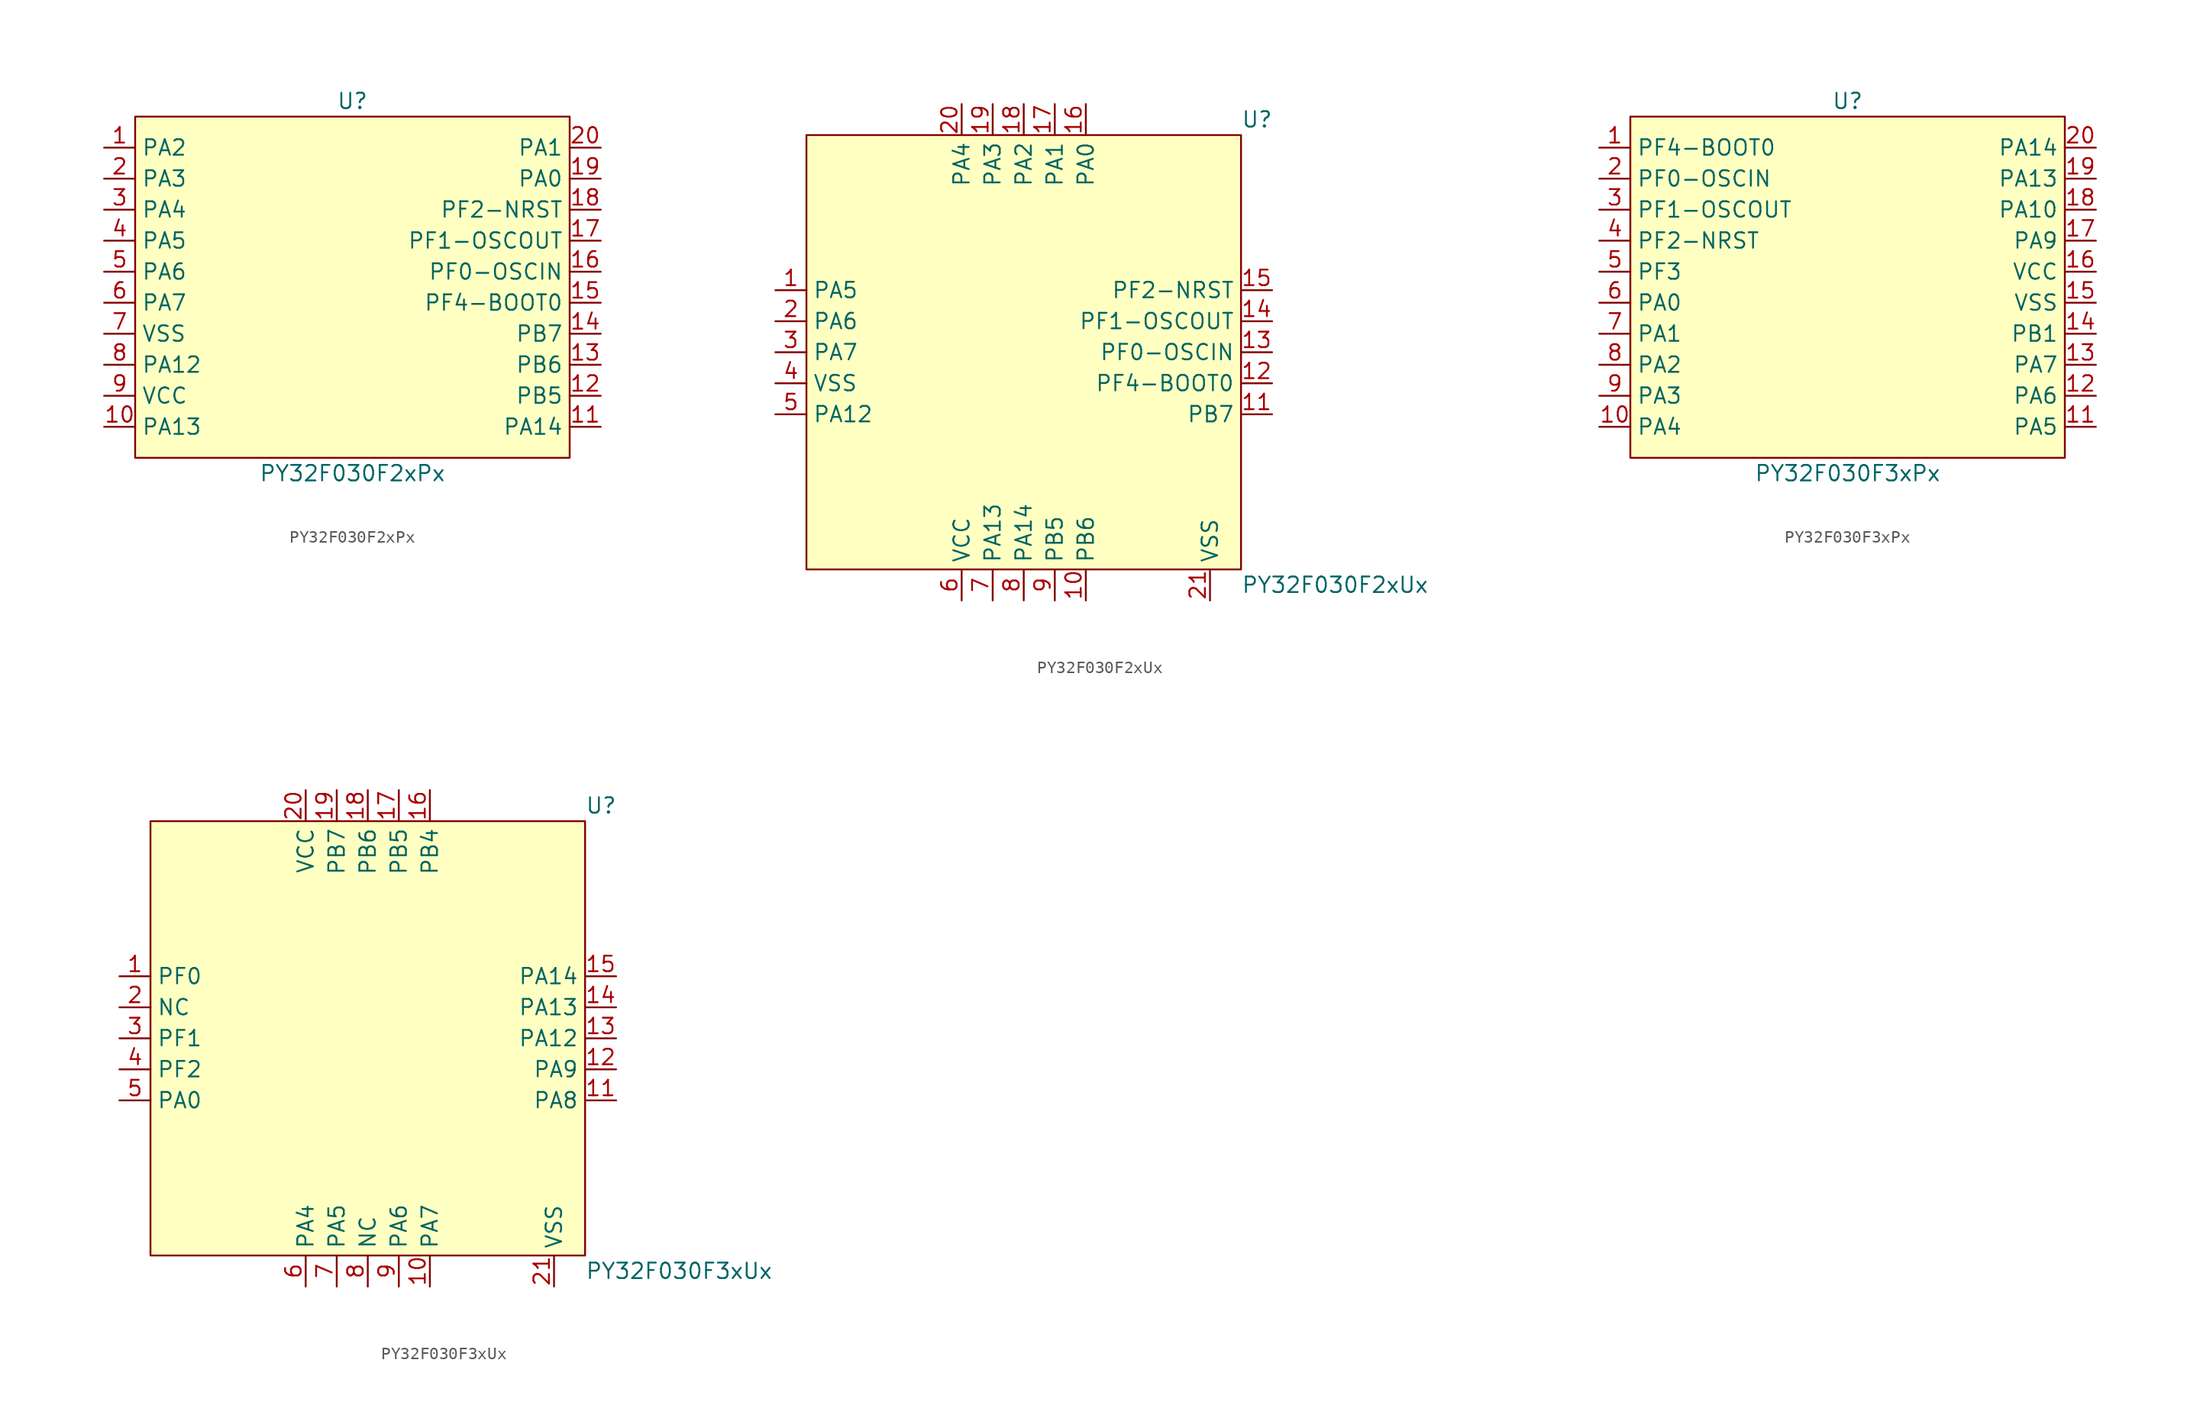
<source format=kicad_sym>
(kicad_symbol_lib
  (version 20241209)
  (generator "kicad_symbol_editor")
  (generator_version "9.0")
  (symbol "PY32F030F2xPx"
    (property "Reference" "U"
      (at 0 15.24 0)
      (effects (font (size 1.27 1.27))))
    (property "Value" "PY32F030F2xPx"
      (at 0 -15.24 0)
      (effects (font (size 1.27 1.27))))
    (symbol "PY32F030F2xPx_0_0"
      (pin unspecified line (at -20.32 11.43 0) (length 2.54) (name "PA2" (effects (font (size 1.27 1.27)))) (number "1" (effects (font (size 1.27 1.27)))))
      (pin unspecified line (at -20.32 8.89 0) (length 2.54) (name "PA3" (effects (font (size 1.27 1.27)))) (number "2" (effects (font (size 1.27 1.27)))))
      (pin unspecified line (at -20.32 6.35 0) (length 2.54) (name "PA4" (effects (font (size 1.27 1.27)))) (number "3" (effects (font (size 1.27 1.27)))))
      (pin unspecified line (at -20.32 3.81 0) (length 2.54) (name "PA5" (effects (font (size 1.27 1.27)))) (number "4" (effects (font (size 1.27 1.27)))))
      (pin unspecified line (at -20.32 1.27 0) (length 2.54) (name "PA6" (effects (font (size 1.27 1.27)))) (number "5" (effects (font (size 1.27 1.27)))))
      (pin unspecified line (at -20.32 -1.27 0) (length 2.54) (name "PA7" (effects (font (size 1.27 1.27)))) (number "6" (effects (font (size 1.27 1.27)))))
      (pin unspecified line (at -20.32 -3.81 0) (length 2.54) (name "VSS" (effects (font (size 1.27 1.27)))) (number "7" (effects (font (size 1.27 1.27)))))
      (pin unspecified line (at -20.32 -6.35 0) (length 2.54) (name "PA12" (effects (font (size 1.27 1.27)))) (number "8" (effects (font (size 1.27 1.27)))))
      (pin unspecified line (at -20.32 -8.89 0) (length 2.54) (name "VCC" (effects (font (size 1.27 1.27)))) (number "9" (effects (font (size 1.27 1.27)))))
      (pin unspecified line (at -20.32 -11.43 0) (length 2.54) (name "PA13" (effects (font (size 1.27 1.27)))) (number "10" (effects (font (size 1.27 1.27)))))
      (pin unspecified line (at 20.32 11.43 180) (length 2.54) (name "PA1" (effects (font (size 1.27 1.27)))) (number "20" (effects (font (size 1.27 1.27)))))
      (pin unspecified line (at 20.32 8.89 180) (length 2.54) (name "PA0" (effects (font (size 1.27 1.27)))) (number "19" (effects (font (size 1.27 1.27)))))
      (pin unspecified line (at 20.32 6.35 180) (length 2.54) (name "PF2-NRST" (effects (font (size 1.27 1.27)))) (number "18" (effects (font (size 1.27 1.27)))))
      (pin unspecified line (at 20.32 3.81 180) (length 2.54) (name "PF1-OSCOUT" (effects (font (size 1.27 1.27)))) (number "17" (effects (font (size 1.27 1.27)))))
      (pin unspecified line (at 20.32 1.27 180) (length 2.54) (name "PF0-OSCIN" (effects (font (size 1.27 1.27)))) (number "16" (effects (font (size 1.27 1.27)))))
      (pin unspecified line (at 20.32 -1.27 180) (length 2.54) (name "PF4-BOOT0" (effects (font (size 1.27 1.27)))) (number "15" (effects (font (size 1.27 1.27)))))
      (pin unspecified line (at 20.32 -3.81 180) (length 2.54) (name "PB7" (effects (font (size 1.27 1.27)))) (number "14" (effects (font (size 1.27 1.27)))))
      (pin unspecified line (at 20.32 -6.35 180) (length 2.54) (name "PB6" (effects (font (size 1.27 1.27)))) (number "13" (effects (font (size 1.27 1.27)))))
      (pin unspecified line (at 20.32 -8.89 180) (length 2.54) (name "PB5" (effects (font (size 1.27 1.27)))) (number "12" (effects (font (size 1.27 1.27)))))
      (pin unspecified line (at 20.32 -11.43 180) (length 2.54) (name "PA14" (effects (font (size 1.27 1.27)))) (number "11" (effects (font (size 1.27 1.27))))))
    (symbol "PY32F030F2xPx_1_1"
      (rectangle (start -17.78 13.97) (end 17.78 -13.97) (stroke (width 0) (type solid)) (fill (type background)))))
  (symbol "PY32F030F2xUx"
    (property "Reference" "U"
      (at 17.78 19.05 0)
      (effects (font (size 1.27 1.27)) (justify left)))
    (property "Value" "PY32F030F2xUx"
      (at 17.78 -19.05 0)
      (effects (font (size 1.27 1.27)) (justify left)))
    (symbol "PY32F030F2xUx_0_0"
      (pin unspecified line (at -20.32 5.08 0) (length 2.54) (name "PA5" (effects (font (size 1.27 1.27)))) (number "1" (effects (font (size 1.27 1.27)))))
      (pin unspecified line (at -20.32 2.54 0) (length 2.54) (name "PA6" (effects (font (size 1.27 1.27)))) (number "2" (effects (font (size 1.27 1.27)))))
      (pin unspecified line (at -20.32 0 0) (length 2.54) (name "PA7" (effects (font (size 1.27 1.27)))) (number "3" (effects (font (size 1.27 1.27)))))
      (pin unspecified line (at -20.32 -2.54 0) (length 2.54) (name "VSS" (effects (font (size 1.27 1.27)))) (number "4" (effects (font (size 1.27 1.27)))))
      (pin unspecified line (at -20.32 -5.08 0) (length 2.54) (name "PA12" (effects (font (size 1.27 1.27)))) (number "5" (effects (font (size 1.27 1.27)))))
      (pin unspecified line (at -5.08 20.32 270) (length 2.54) (name "PA4" (effects (font (size 1.27 1.27)))) (number "20" (effects (font (size 1.27 1.27)))))
      (pin unspecified line (at -5.08 -20.32 90) (length 2.54) (name "VCC" (effects (font (size 1.27 1.27)))) (number "6" (effects (font (size 1.27 1.27)))))
      (pin unspecified line (at -2.54 20.32 270) (length 2.54) (name "PA3" (effects (font (size 1.27 1.27)))) (number "19" (effects (font (size 1.27 1.27)))))
      (pin unspecified line (at -2.54 -20.32 90) (length 2.54) (name "PA13" (effects (font (size 1.27 1.27)))) (number "7" (effects (font (size 1.27 1.27)))))
      (pin unspecified line (at 0 20.32 270) (length 2.54) (name "PA2" (effects (font (size 1.27 1.27)))) (number "18" (effects (font (size 1.27 1.27)))))
      (pin unspecified line (at 2.54 20.32 270) (length 2.54) (name "PA1" (effects (font (size 1.27 1.27)))) (number "17" (effects (font (size 1.27 1.27)))))
      (pin unspecified line (at 2.54 -20.32 90) (length 2.54) (name "PB5" (effects (font (size 1.27 1.27)))) (number "9" (effects (font (size 1.27 1.27)))))
      (pin unspecified line (at 5.08 20.32 270) (length 2.54) (name "PA0" (effects (font (size 1.27 1.27)))) (number "16" (effects (font (size 1.27 1.27)))))
      (pin unspecified line (at 5.08 -20.32 90) (length 2.54) (name "PB6" (effects (font (size 1.27 1.27)))) (number "10" (effects (font (size 1.27 1.27)))))
      (pin unspecified line (at 20.32 5.08 180) (length 2.54) (name "PF2-NRST" (effects (font (size 1.27 1.27)))) (number "15" (effects (font (size 1.27 1.27)))))
      (pin unspecified line (at 20.32 2.54 180) (length 2.54) (name "PF1-OSCOUT" (effects (font (size 1.27 1.27)))) (number "14" (effects (font (size 1.27 1.27)))))
      (pin unspecified line (at 20.32 0 180) (length 2.54) (name "PF0-OSCIN" (effects (font (size 1.27 1.27)))) (number "13" (effects (font (size 1.27 1.27)))))
      (pin unspecified line (at 20.32 -2.54 180) (length 2.54) (name "PF4-BOOT0" (effects (font (size 1.27 1.27)))) (number "12" (effects (font (size 1.27 1.27)))))
      (pin unspecified line (at 20.32 -5.08 180) (length 2.54) (name "PB7" (effects (font (size 1.27 1.27)))) (number "11" (effects (font (size 1.27 1.27))))))
    (symbol "PY32F030F2xUx_1_0"
      (pin unspecified line (at 0 -20.32 90) (length 2.54) (name "PA14" (effects (font (size 1.27 1.27)))) (number "8" (effects (font (size 1.27 1.27)))))
      (pin unspecified line (at 15.24 -20.32 90) (length 2.54) (name "VSS" (effects (font (size 1.27 1.27)))) (number "21" (effects (font (size 1.27 1.27))))))
    (symbol "PY32F030F2xUx_1_1"
      (rectangle (start -17.78 17.78) (end 17.78 -17.78) (stroke (width 0) (type solid)) (fill (type background)))))
  (symbol "PY32F030F3xPx"
    (property "Reference" "U"
      (at 0 15.24 0)
      (effects (font (size 1.27 1.27))))
    (property "Value" "PY32F030F3xPx"
      (at 0 -15.24 0)
      (effects (font (size 1.27 1.27))))
    (symbol "PY32F030F3xPx_0_0"
      (pin unspecified line (at -20.32 11.43 0) (length 2.54) (name "PF4-BOOT0" (effects (font (size 1.27 1.27)))) (number "1" (effects (font (size 1.27 1.27)))))
      (pin unspecified line (at -20.32 8.89 0) (length 2.54) (name "PF0-OSCIN" (effects (font (size 1.27 1.27)))) (number "2" (effects (font (size 1.27 1.27)))))
      (pin unspecified line (at -20.32 6.35 0) (length 2.54) (name "PF1-OSCOUT" (effects (font (size 1.27 1.27)))) (number "3" (effects (font (size 1.27 1.27)))))
      (pin unspecified line (at -20.32 3.81 0) (length 2.54) (name "PF2-NRST" (effects (font (size 1.27 1.27)))) (number "4" (effects (font (size 1.27 1.27)))))
      (pin unspecified line (at -20.32 1.27 0) (length 2.54) (name "PF3" (effects (font (size 1.27 1.27)))) (number "5" (effects (font (size 1.27 1.27)))))
      (pin unspecified line (at -20.32 -1.27 0) (length 2.54) (name "PA0" (effects (font (size 1.27 1.27)))) (number "6" (effects (font (size 1.27 1.27)))))
      (pin unspecified line (at -20.32 -3.81 0) (length 2.54) (name "PA1" (effects (font (size 1.27 1.27)))) (number "7" (effects (font (size 1.27 1.27)))))
      (pin unspecified line (at -20.32 -6.35 0) (length 2.54) (name "PA2" (effects (font (size 1.27 1.27)))) (number "8" (effects (font (size 1.27 1.27)))))
      (pin unspecified line (at -20.32 -8.89 0) (length 2.54) (name "PA3" (effects (font (size 1.27 1.27)))) (number "9" (effects (font (size 1.27 1.27)))))
      (pin unspecified line (at -20.32 -11.43 0) (length 2.54) (name "PA4" (effects (font (size 1.27 1.27)))) (number "10" (effects (font (size 1.27 1.27)))))
      (pin unspecified line (at 20.32 11.43 180) (length 2.54) (name "PA14" (effects (font (size 1.27 1.27)))) (number "20" (effects (font (size 1.27 1.27)))))
      (pin unspecified line (at 20.32 8.89 180) (length 2.54) (name "PA13" (effects (font (size 1.27 1.27)))) (number "19" (effects (font (size 1.27 1.27)))))
      (pin unspecified line (at 20.32 6.35 180) (length 2.54) (name "PA10" (effects (font (size 1.27 1.27)))) (number "18" (effects (font (size 1.27 1.27)))))
      (pin unspecified line (at 20.32 3.81 180) (length 2.54) (name "PA9" (effects (font (size 1.27 1.27)))) (number "17" (effects (font (size 1.27 1.27)))))
      (pin unspecified line (at 20.32 1.27 180) (length 2.54) (name "VCC" (effects (font (size 1.27 1.27)))) (number "16" (effects (font (size 1.27 1.27)))))
      (pin unspecified line (at 20.32 -1.27 180) (length 2.54) (name "VSS" (effects (font (size 1.27 1.27)))) (number "15" (effects (font (size 1.27 1.27)))))
      (pin unspecified line (at 20.32 -3.81 180) (length 2.54) (name "PB1" (effects (font (size 1.27 1.27)))) (number "14" (effects (font (size 1.27 1.27)))))
      (pin unspecified line (at 20.32 -6.35 180) (length 2.54) (name "PA7" (effects (font (size 1.27 1.27)))) (number "13" (effects (font (size 1.27 1.27)))))
      (pin unspecified line (at 20.32 -8.89 180) (length 2.54) (name "PA6" (effects (font (size 1.27 1.27)))) (number "12" (effects (font (size 1.27 1.27)))))
      (pin unspecified line (at 20.32 -11.43 180) (length 2.54) (name "PA5" (effects (font (size 1.27 1.27)))) (number "11" (effects (font (size 1.27 1.27))))))
    (symbol "PY32F030F3xPx_1_1"
      (rectangle (start -17.78 13.97) (end 17.78 -13.97) (stroke (width 0) (type solid)) (fill (type background)))))
  (symbol "PY32F030F3xUx"
    (property "Reference" "U"
      (at 17.78 19.05 0)
      (effects (font (size 1.27 1.27)) (justify left)))
    (property "Value" "PY32F030F3xUx"
      (at 17.78 -19.05 0)
      (effects (font (size 1.27 1.27)) (justify left)))
    (symbol "PY32F030F3xUx_0_0"
      (pin unspecified line (at -20.32 5.08 0) (length 2.54) (name "PF0" (effects (font (size 1.27 1.27)))) (number "1" (effects (font (size 1.27 1.27)))))
      (pin unspecified line (at -20.32 2.54 0) (length 2.54) (name "NC" (effects (font (size 1.27 1.27)))) (number "2" (effects (font (size 1.27 1.27)))))
      (pin unspecified line (at -20.32 0 0) (length 2.54) (name "PF1" (effects (font (size 1.27 1.27)))) (number "3" (effects (font (size 1.27 1.27)))))
      (pin unspecified line (at -20.32 -2.54 0) (length 2.54) (name "PF2" (effects (font (size 1.27 1.27)))) (number "4" (effects (font (size 1.27 1.27)))))
      (pin unspecified line (at -20.32 -5.08 0) (length 2.54) (name "PA0" (effects (font (size 1.27 1.27)))) (number "5" (effects (font (size 1.27 1.27)))))
      (pin unspecified line (at -5.08 20.32 270) (length 2.54) (name "VCC" (effects (font (size 1.27 1.27)))) (number "20" (effects (font (size 1.27 1.27)))))
      (pin unspecified line (at -5.08 -20.32 90) (length 2.54) (name "PA4" (effects (font (size 1.27 1.27)))) (number "6" (effects (font (size 1.27 1.27)))))
      (pin unspecified line (at -2.54 20.32 270) (length 2.54) (name "PB7" (effects (font (size 1.27 1.27)))) (number "19" (effects (font (size 1.27 1.27)))))
      (pin unspecified line (at -2.54 -20.32 90) (length 2.54) (name "PA5" (effects (font (size 1.27 1.27)))) (number "7" (effects (font (size 1.27 1.27)))))
      (pin unspecified line (at 0 20.32 270) (length 2.54) (name "PB6" (effects (font (size 1.27 1.27)))) (number "18" (effects (font (size 1.27 1.27)))))
      (pin unspecified line (at 0 -20.32 90) (length 2.54) (name "NC" (effects (font (size 1.27 1.27)))) (number "8" (effects (font (size 1.27 1.27)))))
      (pin unspecified line (at 2.54 20.32 270) (length 2.54) (name "PB5" (effects (font (size 1.27 1.27)))) (number "17" (effects (font (size 1.27 1.27)))))
      (pin unspecified line (at 2.54 -20.32 90) (length 2.54) (name "PA6" (effects (font (size 1.27 1.27)))) (number "9" (effects (font (size 1.27 1.27)))))
      (pin unspecified line (at 5.08 20.32 270) (length 2.54) (name "PB4" (effects (font (size 1.27 1.27)))) (number "16" (effects (font (size 1.27 1.27)))))
      (pin unspecified line (at 5.08 -20.32 90) (length 2.54) (name "PA7" (effects (font (size 1.27 1.27)))) (number "10" (effects (font (size 1.27 1.27)))))
      (pin unspecified line (at 20.32 5.08 180) (length 2.54) (name "PA14" (effects (font (size 1.27 1.27)))) (number "15" (effects (font (size 1.27 1.27)))))
      (pin unspecified line (at 20.32 2.54 180) (length 2.54) (name "PA13" (effects (font (size 1.27 1.27)))) (number "14" (effects (font (size 1.27 1.27)))))
      (pin unspecified line (at 20.32 0 180) (length 2.54) (name "PA12" (effects (font (size 1.27 1.27)))) (number "13" (effects (font (size 1.27 1.27)))))
      (pin unspecified line (at 20.32 -2.54 180) (length 2.54) (name "PA9" (effects (font (size 1.27 1.27)))) (number "12" (effects (font (size 1.27 1.27)))))
      (pin unspecified line (at 20.32 -5.08 180) (length 2.54) (name "PA8" (effects (font (size 1.27 1.27)))) (number "11" (effects (font (size 1.27 1.27))))))
    (symbol "PY32F030F3xUx_1_0"
      (pin unspecified line (at 15.24 -20.32 90) (length 2.54) (name "VSS" (effects (font (size 1.27 1.27)))) (number "21" (effects (font (size 1.27 1.27))))))
    (symbol "PY32F030F3xUx_1_1"
      (rectangle (start -17.78 17.78) (end 17.78 -17.78) (stroke (width 0) (type solid)) (fill (type background))))))
</source>
